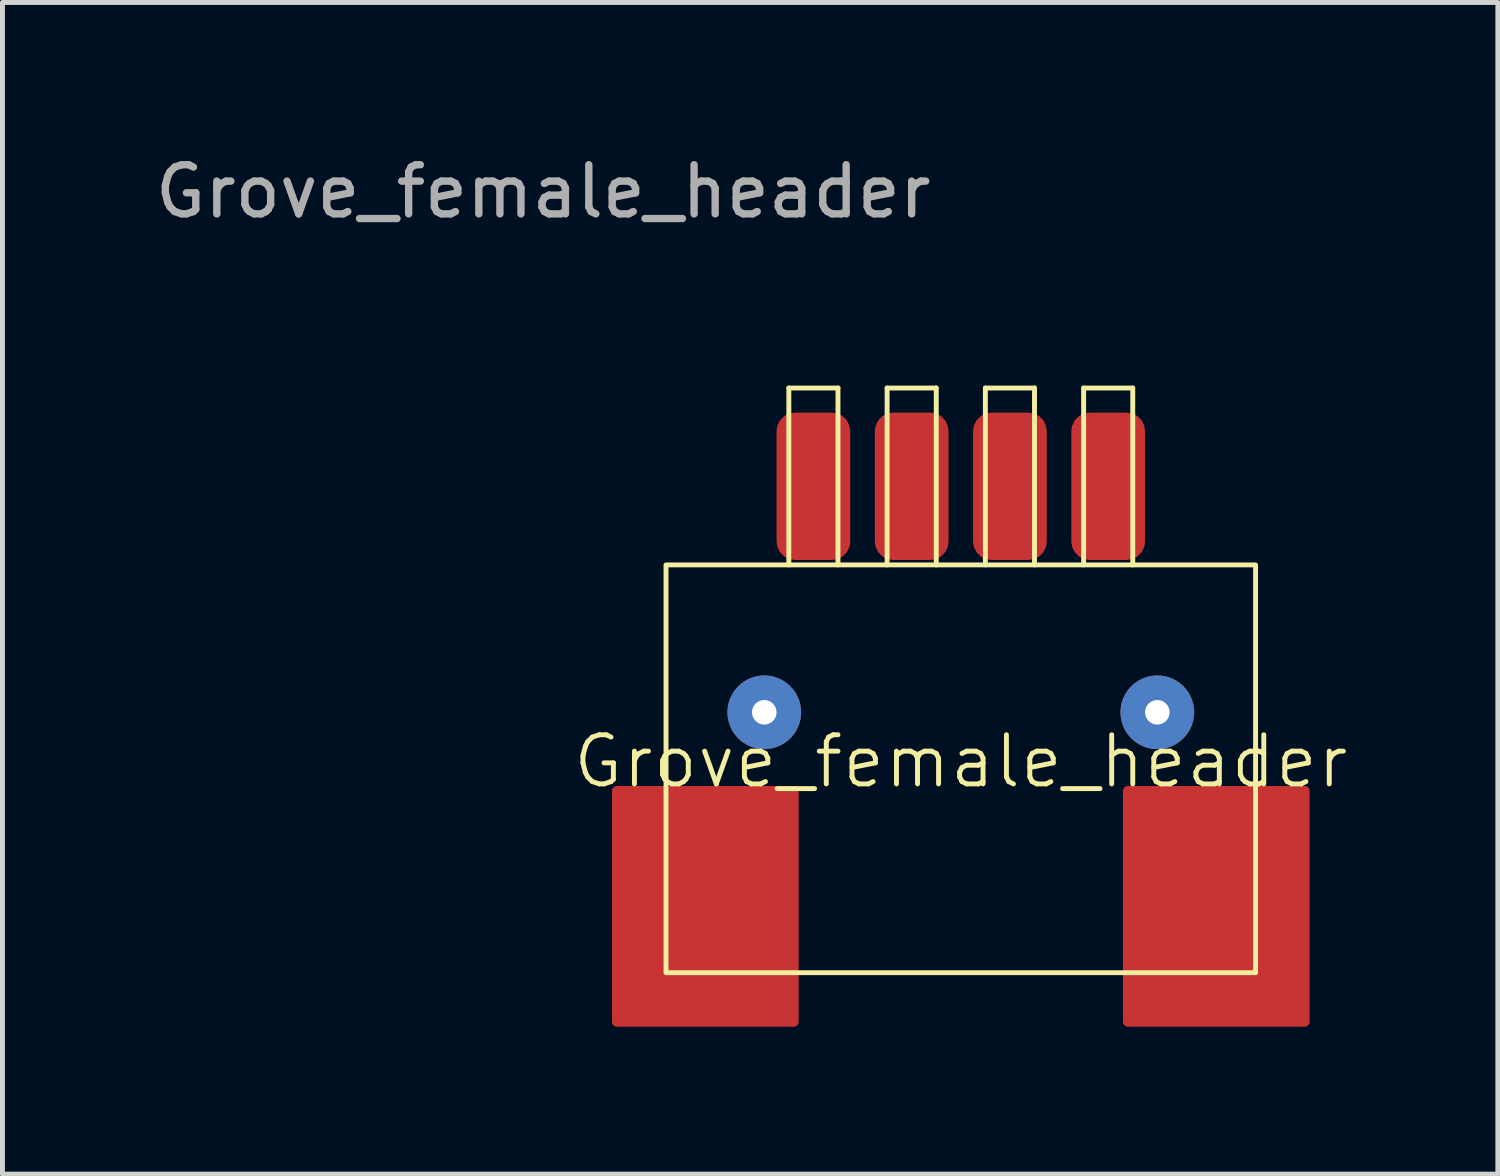
<source format=kicad_pcb>
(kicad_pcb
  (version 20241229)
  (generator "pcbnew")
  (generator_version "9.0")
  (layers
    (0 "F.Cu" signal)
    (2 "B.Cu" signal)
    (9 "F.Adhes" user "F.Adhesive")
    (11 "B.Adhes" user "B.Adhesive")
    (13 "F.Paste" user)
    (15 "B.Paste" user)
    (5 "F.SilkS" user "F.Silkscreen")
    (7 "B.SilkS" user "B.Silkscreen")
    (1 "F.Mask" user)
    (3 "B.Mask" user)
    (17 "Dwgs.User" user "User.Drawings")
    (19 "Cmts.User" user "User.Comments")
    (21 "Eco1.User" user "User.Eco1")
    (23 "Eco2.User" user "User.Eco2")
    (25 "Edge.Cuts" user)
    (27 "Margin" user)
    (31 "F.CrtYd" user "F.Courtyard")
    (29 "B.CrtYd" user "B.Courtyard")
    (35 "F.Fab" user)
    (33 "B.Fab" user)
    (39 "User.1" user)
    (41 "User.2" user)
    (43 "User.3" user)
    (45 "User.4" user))
  (footprint "Grove_female_header"
    (layer "F.Cu")
    (at 16.506 12.948)
    (property "Reference" "Grove_female_header" (at 0 -0.5 0) (unlocked yes) (layer "F.SilkS") (effects (font (size 1 1) (thickness 0.1))))
    (attr smd)
    (fp_rect (start -7 0.1) (end -3.4 4.8) (stroke (width 0.2) (type solid)) (fill yes) (layer "F.Cu"))
    (fp_rect (start 3.4 0.1) (end 7 4.8) (stroke (width 0.2) (type solid)) (fill yes) (layer "F.Cu"))
    (fp_line (start -3.5 -8.1) (end -2.5 -8.1) (stroke (width 0.1) (type default)) (layer "F.SilkS"))
    (fp_line (start -3.5 -4.5) (end -3.5 -8.1) (stroke (width 0.1) (type default)) (layer "F.SilkS"))
    (fp_line (start -2.5 -4.5) (end -2.5 -8.1) (stroke (width 0.1) (type default)) (layer "F.SilkS"))
    (fp_line (start -1.5 -8.1) (end -0.5 -8.1) (stroke (width 0.1) (type default)) (layer "F.SilkS"))
    (fp_line (start -1.5 -4.5) (end -1.5 -8.1) (stroke (width 0.1) (type default)) (layer "F.SilkS"))
    (fp_line (start -0.5 -4.5) (end -0.5 -8.1) (stroke (width 0.1) (type default)) (layer "F.SilkS"))
    (fp_line (start 0.5 -8.1) (end 1.5 -8.1) (stroke (width 0.1) (type default)) (layer "F.SilkS"))
    (fp_line (start 0.5 -4.5) (end 0.5 -8.1) (stroke (width 0.1) (type default)) (layer "F.SilkS"))
    (fp_line (start 1.5 -4.5) (end 1.5 -8.1) (stroke (width 0.1) (type default)) (layer "F.SilkS"))
    (fp_line (start 2.5 -8.1) (end 3.5 -8.1) (stroke (width 0.1) (type default)) (layer "F.SilkS"))
    (fp_line (start 2.5 -4.5) (end 2.5 -8.1) (stroke (width 0.1) (type default)) (layer "F.SilkS"))
    (fp_line (start 3.5 -4.5) (end 3.5 -8.1) (stroke (width 0.1) (type default)) (layer "F.SilkS"))
    (fp_rect (start -6 -4.5) (end 6 3.8) (stroke (width 0.1) (type default)) (fill no) (layer "F.SilkS"))
    (fp_text user "${REFERENCE}" (at -8.5 -12.1 0) (unlocked yes) (layer "F.Fab") (effects (font (size 1 1) (thickness 0.15))))
    (pad "1" smd roundrect (at -3 -6.1) (size 1.5 3) (layers "F.Cu" "F.Mask" "F.Paste") (roundrect_rratio 0.25))
    (pad "2" smd roundrect (at -1 -6.1) (size 1.5 3) (layers "F.Cu" "F.Mask" "F.Paste") (roundrect_rratio 0.25))
    (pad "3" smd roundrect (at 1 -6.1) (size 1.5 3) (layers "F.Cu" "F.Mask" "F.Paste") (roundrect_rratio 0.25))
    (pad "4" smd roundrect (at 3 -6.1) (size 1.5 3) (layers "F.Cu" "F.Mask" "F.Paste") (roundrect_rratio 0.25))
    (pad "5" thru_hole circle (at -4 -1.5) (size 1.5 1.5) (drill 0.5) (layers "*.Cu" "*.Mask"))
    (pad "5" thru_hole circle (at 4 -1.5) (size 1.5 1.5) (drill 0.5) (layers "*.Cu" "*.Mask")))
  (gr_rect
    (start -3 -3)
    (end 27.437 20.848)
    (stroke (width 0.1) (type default))
    (fill no)
    (layer "Edge.Cuts")))
</source>
